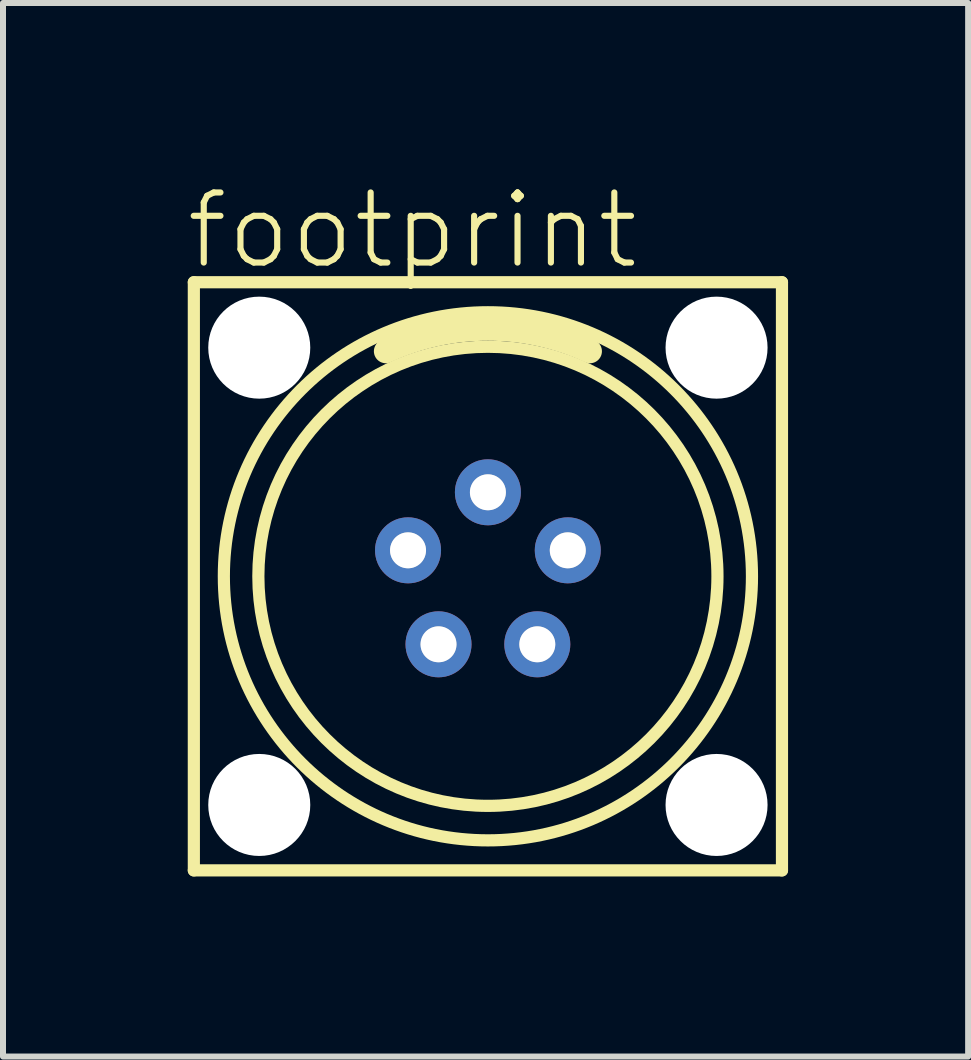
<source format=kicad_pcb>
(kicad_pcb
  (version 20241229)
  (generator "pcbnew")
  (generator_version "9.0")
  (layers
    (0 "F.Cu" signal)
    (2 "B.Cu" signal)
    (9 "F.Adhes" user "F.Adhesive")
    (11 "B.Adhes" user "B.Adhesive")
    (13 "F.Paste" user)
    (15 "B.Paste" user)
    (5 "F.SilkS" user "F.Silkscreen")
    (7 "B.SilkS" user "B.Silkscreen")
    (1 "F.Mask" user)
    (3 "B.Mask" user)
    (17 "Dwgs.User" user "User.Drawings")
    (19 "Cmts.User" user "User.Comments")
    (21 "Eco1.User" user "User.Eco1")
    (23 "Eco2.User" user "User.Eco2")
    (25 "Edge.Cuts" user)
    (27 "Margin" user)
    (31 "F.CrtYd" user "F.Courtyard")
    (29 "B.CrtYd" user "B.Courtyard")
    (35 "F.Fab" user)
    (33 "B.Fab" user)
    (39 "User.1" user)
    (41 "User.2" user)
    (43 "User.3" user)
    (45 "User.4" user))
  (footprint "footprint"
    (layer "F.Cu")
    (at 5.08 6.553)
    (property "Reference" "footprint" (at -5.08 -5.08 0) (layer "F.SilkS") (effects (font (size 1.168 1.168) (thickness 0.102)) (justify left bottom)))
    (fp_line (start -4.9 -4.9) (end 4.9 -4.9) (stroke (width 0.203) (type solid)) (layer "F.SilkS"))
    (fp_line (start -4.9 4.9) (end -4.9 -4.9) (stroke (width 0.203) (type solid)) (layer "F.SilkS"))
    (fp_line (start 4.9 -4.9) (end 4.9 4.9) (stroke (width 0.203) (type solid)) (layer "F.SilkS"))
    (fp_line (start 4.9 4.9) (end -4.9 4.9) (stroke (width 0.203) (type solid)) (layer "F.SilkS"))
    (fp_arc (start -1.7 -3.75) (mid 0 -4.125003) (end 1.7 -3.75) (stroke (width 0.4) (type solid)) (layer "F.SilkS"))
    (fp_circle (center 0 0) (end 3.825 0) (stroke (width 0.203) (type solid)) (fill no) (layer "F.SilkS"))
    (fp_circle (center 0 0) (end 4.4 0) (stroke (width 0.203) (type solid)) (fill no) (layer "F.SilkS"))
    (fp_circle (center -1.331 -0.433) (end -1.133 -0.433) (stroke (width 0.203) (type solid)) (fill no) (layer "F.Fab"))
    (fp_circle (center -0.823 1.133) (end -0.625 1.133) (stroke (width 0.203) (type solid)) (fill no) (layer "F.Fab"))
    (fp_circle (center 0 -1.4) (end 0.198 -1.4) (stroke (width 0.203) (type solid)) (fill no) (layer "F.Fab"))
    (fp_circle (center 0.823 1.133) (end 1.021 1.133) (stroke (width 0.203) (type solid)) (fill no) (layer "F.Fab"))
    (fp_circle (center 1.331 -0.433) (end 1.53 -0.433) (stroke (width 0.203) (type solid)) (fill no) (layer "F.Fab"))
    (pad "" np_thru_hole circle (at -3.81 -3.81) (size 1.7 1.7) (drill 1.7) (layers "*.Cu" "*.Mask"))
    (pad "" np_thru_hole circle (at -3.81 3.81) (size 1.7 1.7) (drill 1.7) (layers "*.Cu" "*.Mask"))
    (pad "" np_thru_hole circle (at 3.81 -3.81) (size 1.7 1.7) (drill 1.7) (layers "*.Cu" "*.Mask"))
    (pad "" np_thru_hole circle (at 3.81 3.81) (size 1.7 1.7) (drill 1.7) (layers "*.Cu" "*.Mask"))
    (pad "1" thru_hole circle (at 0 -1.4) (size 1.1 1.1) (drill 0.6) (layers "*.Cu" "*.Mask"))
    (pad "2" thru_hole circle (at -1.331 -0.433) (size 1.1 1.1) (drill 0.6) (layers "*.Cu" "*.Mask"))
    (pad "3" thru_hole circle (at -0.823 1.133) (size 1.1 1.1) (drill 0.6) (layers "*.Cu" "*.Mask"))
    (pad "4" thru_hole circle (at 0.823 1.133) (size 1.1 1.1) (drill 0.6) (layers "*.Cu" "*.Mask"))
    (pad "5" thru_hole circle (at 1.331 -0.433) (size 1.1 1.1) (drill 0.6) (layers "*.Cu" "*.Mask")))
  (gr_rect
    (start -3 -3)
    (end 13.082 14.555)
    (stroke (width 0.1) (type default))
    (fill no)
    (layer "Edge.Cuts")))
</source>
